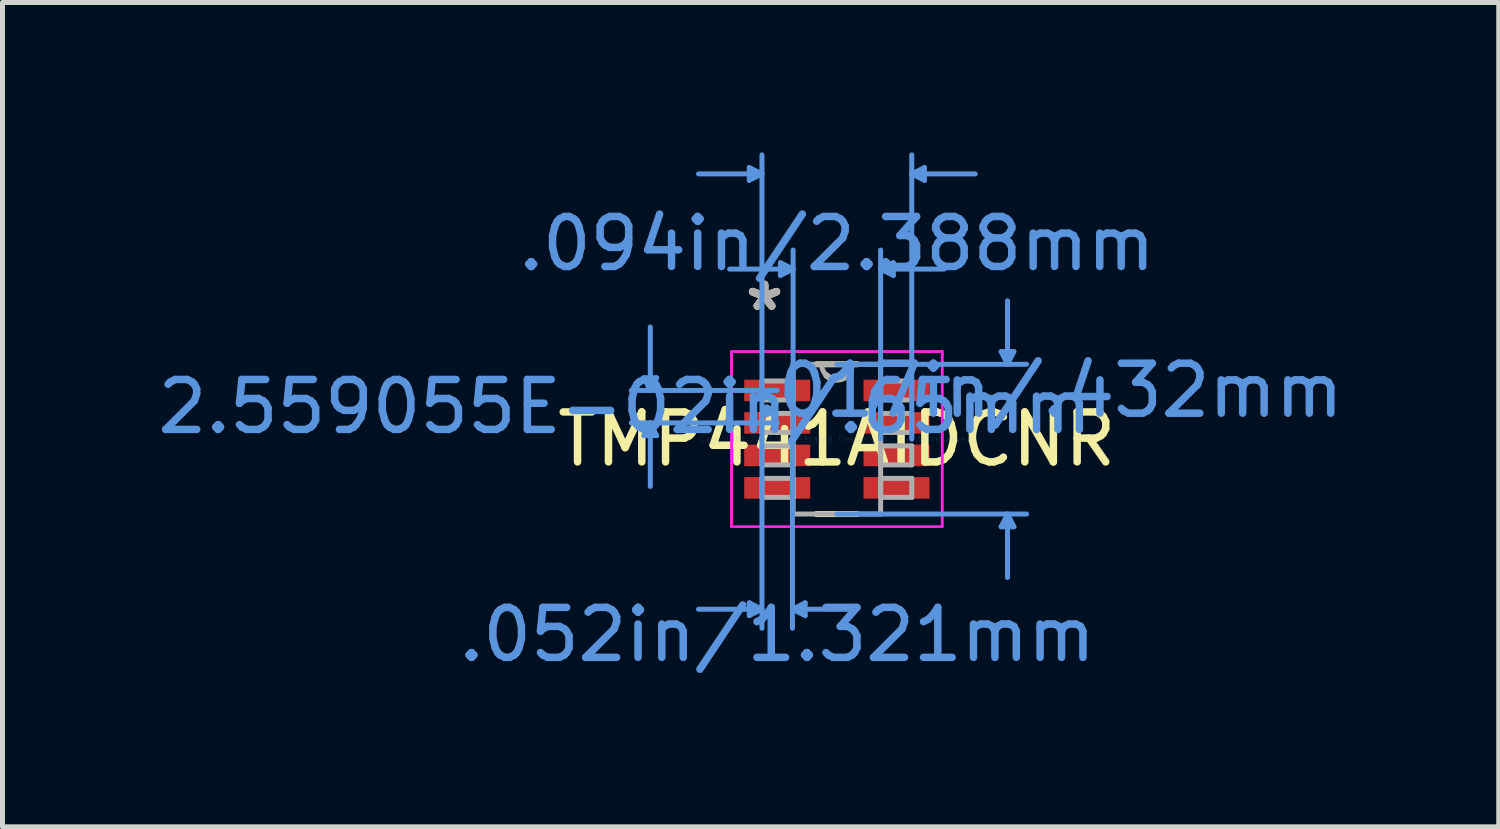
<source format=kicad_pcb>
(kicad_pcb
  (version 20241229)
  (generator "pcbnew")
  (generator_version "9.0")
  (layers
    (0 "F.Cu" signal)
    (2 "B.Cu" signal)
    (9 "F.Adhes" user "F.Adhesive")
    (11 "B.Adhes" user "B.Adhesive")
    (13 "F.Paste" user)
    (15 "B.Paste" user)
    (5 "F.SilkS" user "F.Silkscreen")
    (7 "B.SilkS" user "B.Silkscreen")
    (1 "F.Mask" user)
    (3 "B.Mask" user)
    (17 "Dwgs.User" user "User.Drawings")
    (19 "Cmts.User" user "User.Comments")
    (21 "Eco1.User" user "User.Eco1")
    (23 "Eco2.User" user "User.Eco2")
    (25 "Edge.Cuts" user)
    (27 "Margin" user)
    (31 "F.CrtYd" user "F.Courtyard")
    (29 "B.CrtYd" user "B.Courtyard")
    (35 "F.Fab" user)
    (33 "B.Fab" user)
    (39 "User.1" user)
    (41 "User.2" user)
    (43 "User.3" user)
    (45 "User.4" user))
  (footprint "TMP441AIDCNR"
    (layer "F.Cu")
    (at 13.7 5.74)
    (property "Reference" "TMP441AIDCNR" (at 0 0 0) (layer "F.SilkS") (effects (font (size 1 1) (thickness 0.15))))
    (attr through_hole)
    (fp_line (start -0.407 1.499) (end 0.407 1.499) (stroke (width 0.12) (type solid)) (layer "F.SilkS"))
    (fp_line (start 0.407 -1.499) (end -0.407 -1.499) (stroke (width 0.12) (type solid)) (layer "F.SilkS"))
    (fp_arc (start 0.212962 -1.28054) (mid 0 -1.1938) (end -0.212962 -1.28054) (stroke (width 0.12) (type solid)) (layer "F.SilkS"))
    (fp_line (start -3.861 -1.229) (end -3.607 -1.229) (stroke (width 0.1) (type solid)) (layer "Cmts.User"))
    (fp_line (start -3.861 -0.071) (end -3.607 -0.071) (stroke (width 0.1) (type solid)) (layer "Cmts.User"))
    (fp_line (start -3.734 -0.975) (end -3.861 -1.229) (stroke (width 0.1) (type solid)) (layer "Cmts.User"))
    (fp_line (start -3.734 -0.975) (end -3.734 -2.245) (stroke (width 0.1) (type solid)) (layer "Cmts.User"))
    (fp_line (start -3.734 -0.975) (end -3.607 -1.229) (stroke (width 0.1) (type solid)) (layer "Cmts.User"))
    (fp_line (start -3.734 -0.325) (end -3.861 -0.071) (stroke (width 0.1) (type solid)) (layer "Cmts.User"))
    (fp_line (start -3.734 -0.325) (end -3.734 0.945) (stroke (width 0.1) (type solid)) (layer "Cmts.User"))
    (fp_line (start -3.734 -0.325) (end -3.607 -0.071) (stroke (width 0.1) (type solid)) (layer "Cmts.User"))
    (fp_line (start -1.753 -5.436) (end -1.753 -5.182) (stroke (width 0.1) (type solid)) (layer "Cmts.User"))
    (fp_line (start -1.753 3.277) (end -1.753 3.531) (stroke (width 0.1) (type solid)) (layer "Cmts.User"))
    (fp_line (start -1.499 -5.309) (end -2.769 -5.309) (stroke (width 0.1) (type solid)) (layer "Cmts.User"))
    (fp_line (start -1.499 -5.309) (end -1.753 -5.436) (stroke (width 0.1) (type solid)) (layer "Cmts.User"))
    (fp_line (start -1.499 -5.309) (end -1.753 -5.182) (stroke (width 0.1) (type solid)) (layer "Cmts.User"))
    (fp_line (start -1.499 0) (end -1.499 -5.69) (stroke (width 0.1) (type solid)) (layer "Cmts.User"))
    (fp_line (start -1.499 0) (end -1.499 3.785) (stroke (width 0.1) (type solid)) (layer "Cmts.User"))
    (fp_line (start -1.499 3.404) (end -2.769 3.404) (stroke (width 0.1) (type solid)) (layer "Cmts.User"))
    (fp_line (start -1.499 3.404) (end -1.753 3.277) (stroke (width 0.1) (type solid)) (layer "Cmts.User"))
    (fp_line (start -1.499 3.404) (end -1.753 3.531) (stroke (width 0.1) (type solid)) (layer "Cmts.User"))
    (fp_line (start -1.194 -0.975) (end -4.115 -0.975) (stroke (width 0.1) (type solid)) (layer "Cmts.User"))
    (fp_line (start -1.194 -0.325) (end -4.115 -0.325) (stroke (width 0.1) (type solid)) (layer "Cmts.User"))
    (fp_line (start -1.13 -3.531) (end -1.13 -3.277) (stroke (width 0.1) (type solid)) (layer "Cmts.User"))
    (fp_line (start -0.889 0) (end -0.889 3.785) (stroke (width 0.1) (type solid)) (layer "Cmts.User"))
    (fp_line (start -0.889 3.404) (end -0.635 3.277) (stroke (width 0.1) (type solid)) (layer "Cmts.User"))
    (fp_line (start -0.889 3.404) (end -0.635 3.531) (stroke (width 0.1) (type solid)) (layer "Cmts.User"))
    (fp_line (start -0.889 3.404) (end 0.381 3.404) (stroke (width 0.1) (type solid)) (layer "Cmts.User"))
    (fp_line (start -0.876 -3.404) (end -2.146 -3.404) (stroke (width 0.1) (type solid)) (layer "Cmts.User"))
    (fp_line (start -0.876 -3.404) (end -1.13 -3.531) (stroke (width 0.1) (type solid)) (layer "Cmts.User"))
    (fp_line (start -0.876 -3.404) (end -1.13 -3.277) (stroke (width 0.1) (type solid)) (layer "Cmts.User"))
    (fp_line (start -0.876 0) (end -0.876 -3.785) (stroke (width 0.1) (type solid)) (layer "Cmts.User"))
    (fp_line (start -0.635 3.277) (end -0.635 3.531) (stroke (width 0.1) (type solid)) (layer "Cmts.User"))
    (fp_line (start 0 -1.499) (end 3.797 -1.499) (stroke (width 0.1) (type solid)) (layer "Cmts.User"))
    (fp_line (start 0 1.499) (end 3.797 1.499) (stroke (width 0.1) (type solid)) (layer "Cmts.User"))
    (fp_line (start 0.876 -3.404) (end 1.13 -3.531) (stroke (width 0.1) (type solid)) (layer "Cmts.User"))
    (fp_line (start 0.876 -3.404) (end 1.13 -3.277) (stroke (width 0.1) (type solid)) (layer "Cmts.User"))
    (fp_line (start 0.876 -3.404) (end 2.146 -3.404) (stroke (width 0.1) (type solid)) (layer "Cmts.User"))
    (fp_line (start 0.876 0) (end 0.876 -3.785) (stroke (width 0.1) (type solid)) (layer "Cmts.User"))
    (fp_line (start 1.13 -3.531) (end 1.13 -3.277) (stroke (width 0.1) (type solid)) (layer "Cmts.User"))
    (fp_line (start 1.499 -5.309) (end 1.753 -5.436) (stroke (width 0.1) (type solid)) (layer "Cmts.User"))
    (fp_line (start 1.499 -5.309) (end 1.753 -5.182) (stroke (width 0.1) (type solid)) (layer "Cmts.User"))
    (fp_line (start 1.499 -5.309) (end 2.769 -5.309) (stroke (width 0.1) (type solid)) (layer "Cmts.User"))
    (fp_line (start 1.499 0) (end 1.499 -5.69) (stroke (width 0.1) (type solid)) (layer "Cmts.User"))
    (fp_line (start 1.753 -5.436) (end 1.753 -5.182) (stroke (width 0.1) (type solid)) (layer "Cmts.User"))
    (fp_line (start 3.289 -1.753) (end 3.543 -1.753) (stroke (width 0.1) (type solid)) (layer "Cmts.User"))
    (fp_line (start 3.289 1.753) (end 3.543 1.753) (stroke (width 0.1) (type solid)) (layer "Cmts.User"))
    (fp_line (start 3.416 -1.499) (end 3.289 -1.753) (stroke (width 0.1) (type solid)) (layer "Cmts.User"))
    (fp_line (start 3.416 -1.499) (end 3.416 -2.769) (stroke (width 0.1) (type solid)) (layer "Cmts.User"))
    (fp_line (start 3.416 -1.499) (end 3.543 -1.753) (stroke (width 0.1) (type solid)) (layer "Cmts.User"))
    (fp_line (start 3.416 1.499) (end 3.289 1.753) (stroke (width 0.1) (type solid)) (layer "Cmts.User"))
    (fp_line (start 3.416 1.499) (end 3.416 2.769) (stroke (width 0.1) (type solid)) (layer "Cmts.User"))
    (fp_line (start 3.416 1.499) (end 3.543 1.753) (stroke (width 0.1) (type solid)) (layer "Cmts.User"))
    (fp_line (start -2.108 -1.753) (end 2.108 -1.753) (stroke (width 0.05) (type solid)) (layer "F.CrtYd"))
    (fp_line (start -2.108 -1.753) (end 2.108 -1.753) (stroke (width 0.05) (type solid)) (layer "F.CrtYd"))
    (fp_line (start -2.108 1.753) (end -2.108 -1.753) (stroke (width 0.05) (type solid)) (layer "F.CrtYd"))
    (fp_line (start -2.108 1.753) (end -2.108 -1.753) (stroke (width 0.05) (type solid)) (layer "F.CrtYd"))
    (fp_line (start 2.108 -1.753) (end 2.108 1.753) (stroke (width 0.05) (type solid)) (layer "F.CrtYd"))
    (fp_line (start 2.108 -1.753) (end 2.108 1.753) (stroke (width 0.05) (type solid)) (layer "F.CrtYd"))
    (fp_line (start 2.108 1.753) (end -2.108 1.753) (stroke (width 0.05) (type solid)) (layer "F.CrtYd"))
    (fp_line (start 2.108 1.753) (end -2.108 1.753) (stroke (width 0.05) (type solid)) (layer "F.CrtYd"))
    (fp_line (start -1.499 -1.165) (end -1.499 -0.784) (stroke (width 0.1) (type solid)) (layer "F.Fab"))
    (fp_line (start -1.499 -0.784) (end -0.876 -0.784) (stroke (width 0.1) (type solid)) (layer "F.Fab"))
    (fp_line (start -1.499 -0.515) (end -1.499 -0.135) (stroke (width 0.1) (type solid)) (layer "F.Fab"))
    (fp_line (start -1.499 -0.135) (end -0.876 -0.135) (stroke (width 0.1) (type solid)) (layer "F.Fab"))
    (fp_line (start -1.499 0.135) (end -1.499 0.515) (stroke (width 0.1) (type solid)) (layer "F.Fab"))
    (fp_line (start -1.499 0.515) (end -0.876 0.515) (stroke (width 0.1) (type solid)) (layer "F.Fab"))
    (fp_line (start -1.499 0.784) (end -1.499 1.165) (stroke (width 0.1) (type solid)) (layer "F.Fab"))
    (fp_line (start -1.499 1.165) (end -0.876 1.165) (stroke (width 0.1) (type solid)) (layer "F.Fab"))
    (fp_line (start -0.876 -1.499) (end -0.876 1.499) (stroke (width 0.1) (type solid)) (layer "F.Fab"))
    (fp_line (start -0.876 -1.165) (end -1.499 -1.165) (stroke (width 0.1) (type solid)) (layer "F.Fab"))
    (fp_line (start -0.876 -0.784) (end -0.876 -1.165) (stroke (width 0.1) (type solid)) (layer "F.Fab"))
    (fp_line (start -0.876 -0.515) (end -1.499 -0.515) (stroke (width 0.1) (type solid)) (layer "F.Fab"))
    (fp_line (start -0.876 -0.135) (end -0.876 -0.515) (stroke (width 0.1) (type solid)) (layer "F.Fab"))
    (fp_line (start -0.876 0.135) (end -1.499 0.135) (stroke (width 0.1) (type solid)) (layer "F.Fab"))
    (fp_line (start -0.876 0.515) (end -0.876 0.135) (stroke (width 0.1) (type solid)) (layer "F.Fab"))
    (fp_line (start -0.876 0.784) (end -1.499 0.784) (stroke (width 0.1) (type solid)) (layer "F.Fab"))
    (fp_line (start -0.876 1.165) (end -0.876 0.784) (stroke (width 0.1) (type solid)) (layer "F.Fab"))
    (fp_line (start -0.876 1.499) (end 0.876 1.499) (stroke (width 0.1) (type solid)) (layer "F.Fab"))
    (fp_line (start 0.876 -1.499) (end -0.876 -1.499) (stroke (width 0.1) (type solid)) (layer "F.Fab"))
    (fp_line (start 0.876 -1.165) (end 0.876 -0.784) (stroke (width 0.1) (type solid)) (layer "F.Fab"))
    (fp_line (start 0.876 -0.784) (end 1.499 -0.784) (stroke (width 0.1) (type solid)) (layer "F.Fab"))
    (fp_line (start 0.876 -0.515) (end 0.876 -0.135) (stroke (width 0.1) (type solid)) (layer "F.Fab"))
    (fp_line (start 0.876 -0.135) (end 1.499 -0.135) (stroke (width 0.1) (type solid)) (layer "F.Fab"))
    (fp_line (start 0.876 0.135) (end 0.876 0.515) (stroke (width 0.1) (type solid)) (layer "F.Fab"))
    (fp_line (start 0.876 0.515) (end 1.499 0.515) (stroke (width 0.1) (type solid)) (layer "F.Fab"))
    (fp_line (start 0.876 0.784) (end 0.876 1.165) (stroke (width 0.1) (type solid)) (layer "F.Fab"))
    (fp_line (start 0.876 1.165) (end 1.499 1.165) (stroke (width 0.1) (type solid)) (layer "F.Fab"))
    (fp_line (start 0.876 1.499) (end 0.876 -1.499) (stroke (width 0.1) (type solid)) (layer "F.Fab"))
    (fp_line (start 1.499 -1.165) (end 0.876 -1.165) (stroke (width 0.1) (type solid)) (layer "F.Fab"))
    (fp_line (start 1.499 -0.784) (end 1.499 -1.165) (stroke (width 0.1) (type solid)) (layer "F.Fab"))
    (fp_line (start 1.499 -0.515) (end 0.876 -0.515) (stroke (width 0.1) (type solid)) (layer "F.Fab"))
    (fp_line (start 1.499 -0.135) (end 1.499 -0.515) (stroke (width 0.1) (type solid)) (layer "F.Fab"))
    (fp_line (start 1.499 0.135) (end 0.876 0.135) (stroke (width 0.1) (type solid)) (layer "F.Fab"))
    (fp_line (start 1.499 0.515) (end 1.499 0.135) (stroke (width 0.1) (type solid)) (layer "F.Fab"))
    (fp_line (start 1.499 0.784) (end 0.876 0.784) (stroke (width 0.1) (type solid)) (layer "F.Fab"))
    (fp_line (start 1.499 1.165) (end 1.499 0.784) (stroke (width 0.1) (type solid)) (layer "F.Fab"))
    (fp_arc (start 0.3048 -1.4986) (mid 0 -1.1938) (end -0.3048 -1.4986) (stroke (width 0.1) (type solid)) (layer "F.Fab"))
    (fp_text user "*" (at -1.448 -2.55 0) (layer "F.SilkS") (effects (font (size 1 1) (thickness 0.15))))
    (fp_text user "*" (at -1.448 -2.55 0) (layer "F.SilkS") (effects (font (size 1 1) (thickness 0.15))))
    (fp_text user "2.559055E-02in/.65mm" (at -4.242 -0.65 0) (layer "Cmts.User") (effects (font (size 1 1) (thickness 0.15))))
    (fp_text user ".052in/1.321mm" (at -1.194 3.912 0) (layer "Cmts.User") (effects (font (size 1 1) (thickness 0.15))))
    (fp_text user ".017in/.432mm" (at 4.242 -0.975 0) (layer "Cmts.User") (effects (font (size 1 1) (thickness 0.15))))
    (fp_text user "Copyright 2021 Accelerated Designs. All rights reserved." (at 0 0 0) (layer "Cmts.User") (effects (font (size 0.127 0.127) (thickness 0.002))))
    (fp_text user ".094in/2.388mm" (at 0 -3.912 0) (layer "Cmts.User") (effects (font (size 1 1) (thickness 0.15))))
    (fp_text user "*" (at -1.448 -2.55 0) (layer "F.Fab") (effects (font (size 1 1) (thickness 0.15))))
    (fp_text user "*" (at -1.448 -2.55 0) (layer "F.Fab") (effects (font (size 1 1) (thickness 0.15))))
    (pad "1" smd rect (at -1.194 -0.975) (size 1.321 0.432) (layers "F.Cu" "F.Mask" "F.Paste"))
    (pad "2" smd rect (at -1.194 -0.325) (size 1.321 0.432) (layers "F.Cu" "F.Mask" "F.Paste"))
    (pad "3" smd rect (at -1.194 0.325) (size 1.321 0.432) (layers "F.Cu" "F.Mask" "F.Paste"))
    (pad "4" smd rect (at -1.194 0.975) (size 1.321 0.432) (layers "F.Cu" "F.Mask" "F.Paste"))
    (pad "5" smd rect (at 1.194 0.975) (size 1.321 0.432) (layers "F.Cu" "F.Mask" "F.Paste"))
    (pad "6" smd rect (at 1.194 0.325) (size 1.321 0.432) (layers "F.Cu" "F.Mask" "F.Paste"))
    (pad "7" smd rect (at 1.194 -0.325) (size 1.321 0.432) (layers "F.Cu" "F.Mask" "F.Paste"))
    (pad "8" smd rect (at 1.194 -0.975) (size 1.321 0.432) (layers "F.Cu" "F.Mask" "F.Paste")))
  (gr_rect
    (start -3 -3)
    (end 26.948 13.499)
    (stroke (width 0.1) (type default))
    (fill no)
    (layer "Edge.Cuts")))
</source>
